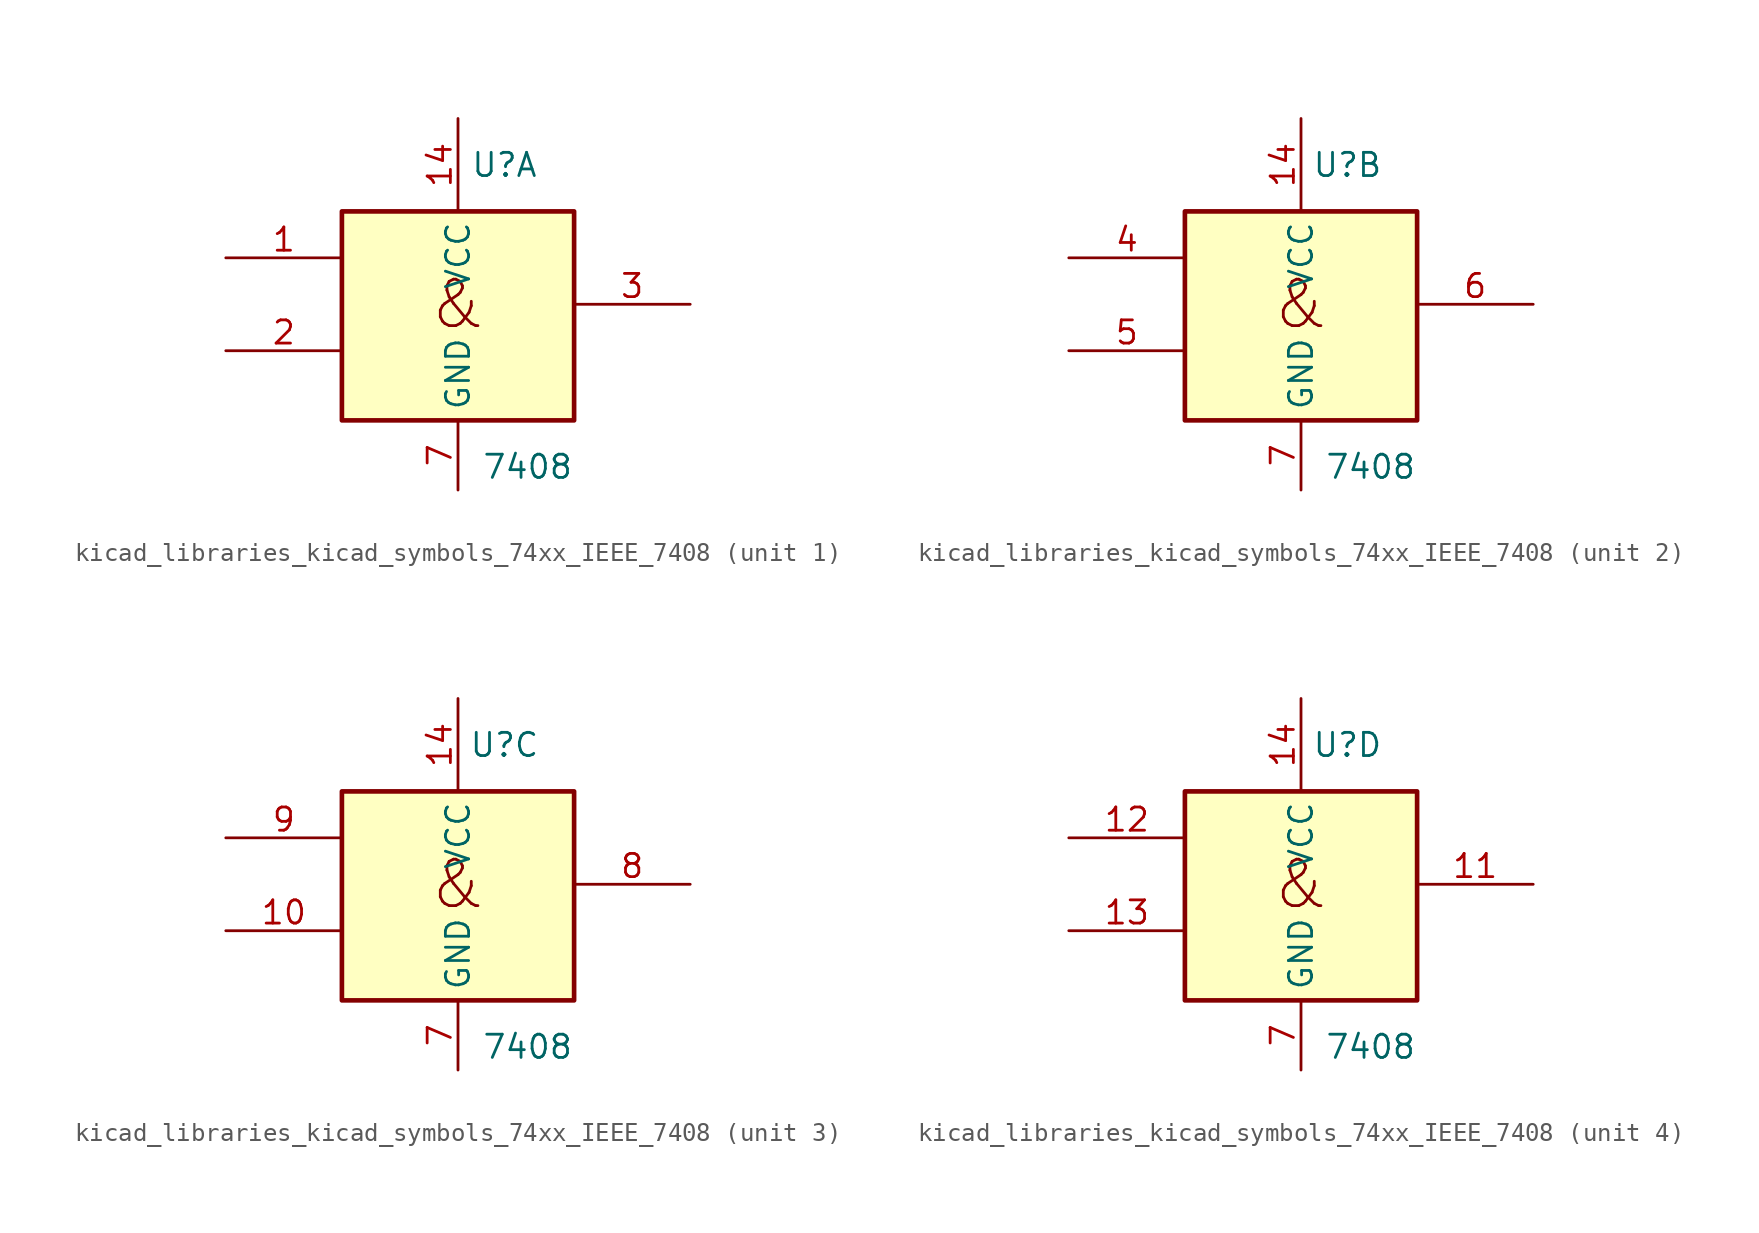
<source format=kicad_sym>
(kicad_symbol_lib
  (version 20220914)
  (generator kicad_symbol_editor)
  (symbol "kicad_libraries_kicad_symbols_74xx_IEEE_7408"
    (property "Reference" "U"
      (at 2.54 7.62 0)
      (effects (font (size 1.27 1.27))))
    (property "Value" "7408"
      (at 3.81 -8.89 0)
      (effects (font (size 1.27 1.27))))
    (symbol "kicad_libraries_kicad_symbols_74xx_IEEE_7408_0_1"
      (rectangle (start -6.35 5.08) (end 6.35 -6.35) (stroke (width 0.254) (type default)) (fill (type background)))
      (text "&" (at 0 0 0) (effects (font (size 2.54 2.54))))
      (pin power_in line (at 0 10.16 270) (length 5.08) (name "VCC" (effects (font (size 1.27 1.27)))) (number "14" (effects (font (size 1.27 1.27)))))
      (pin power_in line (at 0 -10.16 90) (length 3.81) (name "GND" (effects (font (size 1.27 1.27)))) (number "7" (effects (font (size 1.27 1.27))))))
    (symbol "kicad_libraries_kicad_symbols_74xx_IEEE_7408_1_1"
      (pin input line (at -12.7 2.54 0) (length 6.35) (name "~" (effects (font (size 1.27 1.27)))) (number "1" (effects (font (size 1.27 1.27)))))
      (pin input line (at -12.7 -2.54 0) (length 6.35) (name "~" (effects (font (size 1.27 1.27)))) (number "2" (effects (font (size 1.27 1.27)))))
      (pin output line (at 12.7 0 180) (length 6.35) (name "~" (effects (font (size 1.27 1.27)))) (number "3" (effects (font (size 1.27 1.27))))))
    (symbol "kicad_libraries_kicad_symbols_74xx_IEEE_7408_2_1"
      (pin input line (at -12.7 2.54 0) (length 6.35) (name "~" (effects (font (size 1.27 1.27)))) (number "4" (effects (font (size 1.27 1.27)))))
      (pin input line (at -12.7 -2.54 0) (length 6.35) (name "~" (effects (font (size 1.27 1.27)))) (number "5" (effects (font (size 1.27 1.27)))))
      (pin input line (at 12.7 0 180) (length 6.35) (name "~" (effects (font (size 1.27 1.27)))) (number "6" (effects (font (size 1.27 1.27))))))
    (symbol "kicad_libraries_kicad_symbols_74xx_IEEE_7408_3_1"
      (pin input line (at -12.7 -2.54 0) (length 6.35) (name "~" (effects (font (size 1.27 1.27)))) (number "10" (effects (font (size 1.27 1.27)))))
      (pin input line (at 12.7 0 180) (length 6.35) (name "~" (effects (font (size 1.27 1.27)))) (number "8" (effects (font (size 1.27 1.27)))))
      (pin input line (at -12.7 2.54 0) (length 6.35) (name "~" (effects (font (size 1.27 1.27)))) (number "9" (effects (font (size 1.27 1.27))))))
    (symbol "kicad_libraries_kicad_symbols_74xx_IEEE_7408_4_1"
      (pin input line (at 12.7 0 180) (length 6.35) (name "~" (effects (font (size 1.27 1.27)))) (number "11" (effects (font (size 1.27 1.27)))))
      (pin input line (at -12.7 2.54 0) (length 6.35) (name "~" (effects (font (size 1.27 1.27)))) (number "12" (effects (font (size 1.27 1.27)))))
      (pin input line (at -12.7 -2.54 0) (length 6.35) (name "~" (effects (font (size 1.27 1.27)))) (number "13" (effects (font (size 1.27 1.27))))))))
</source>
